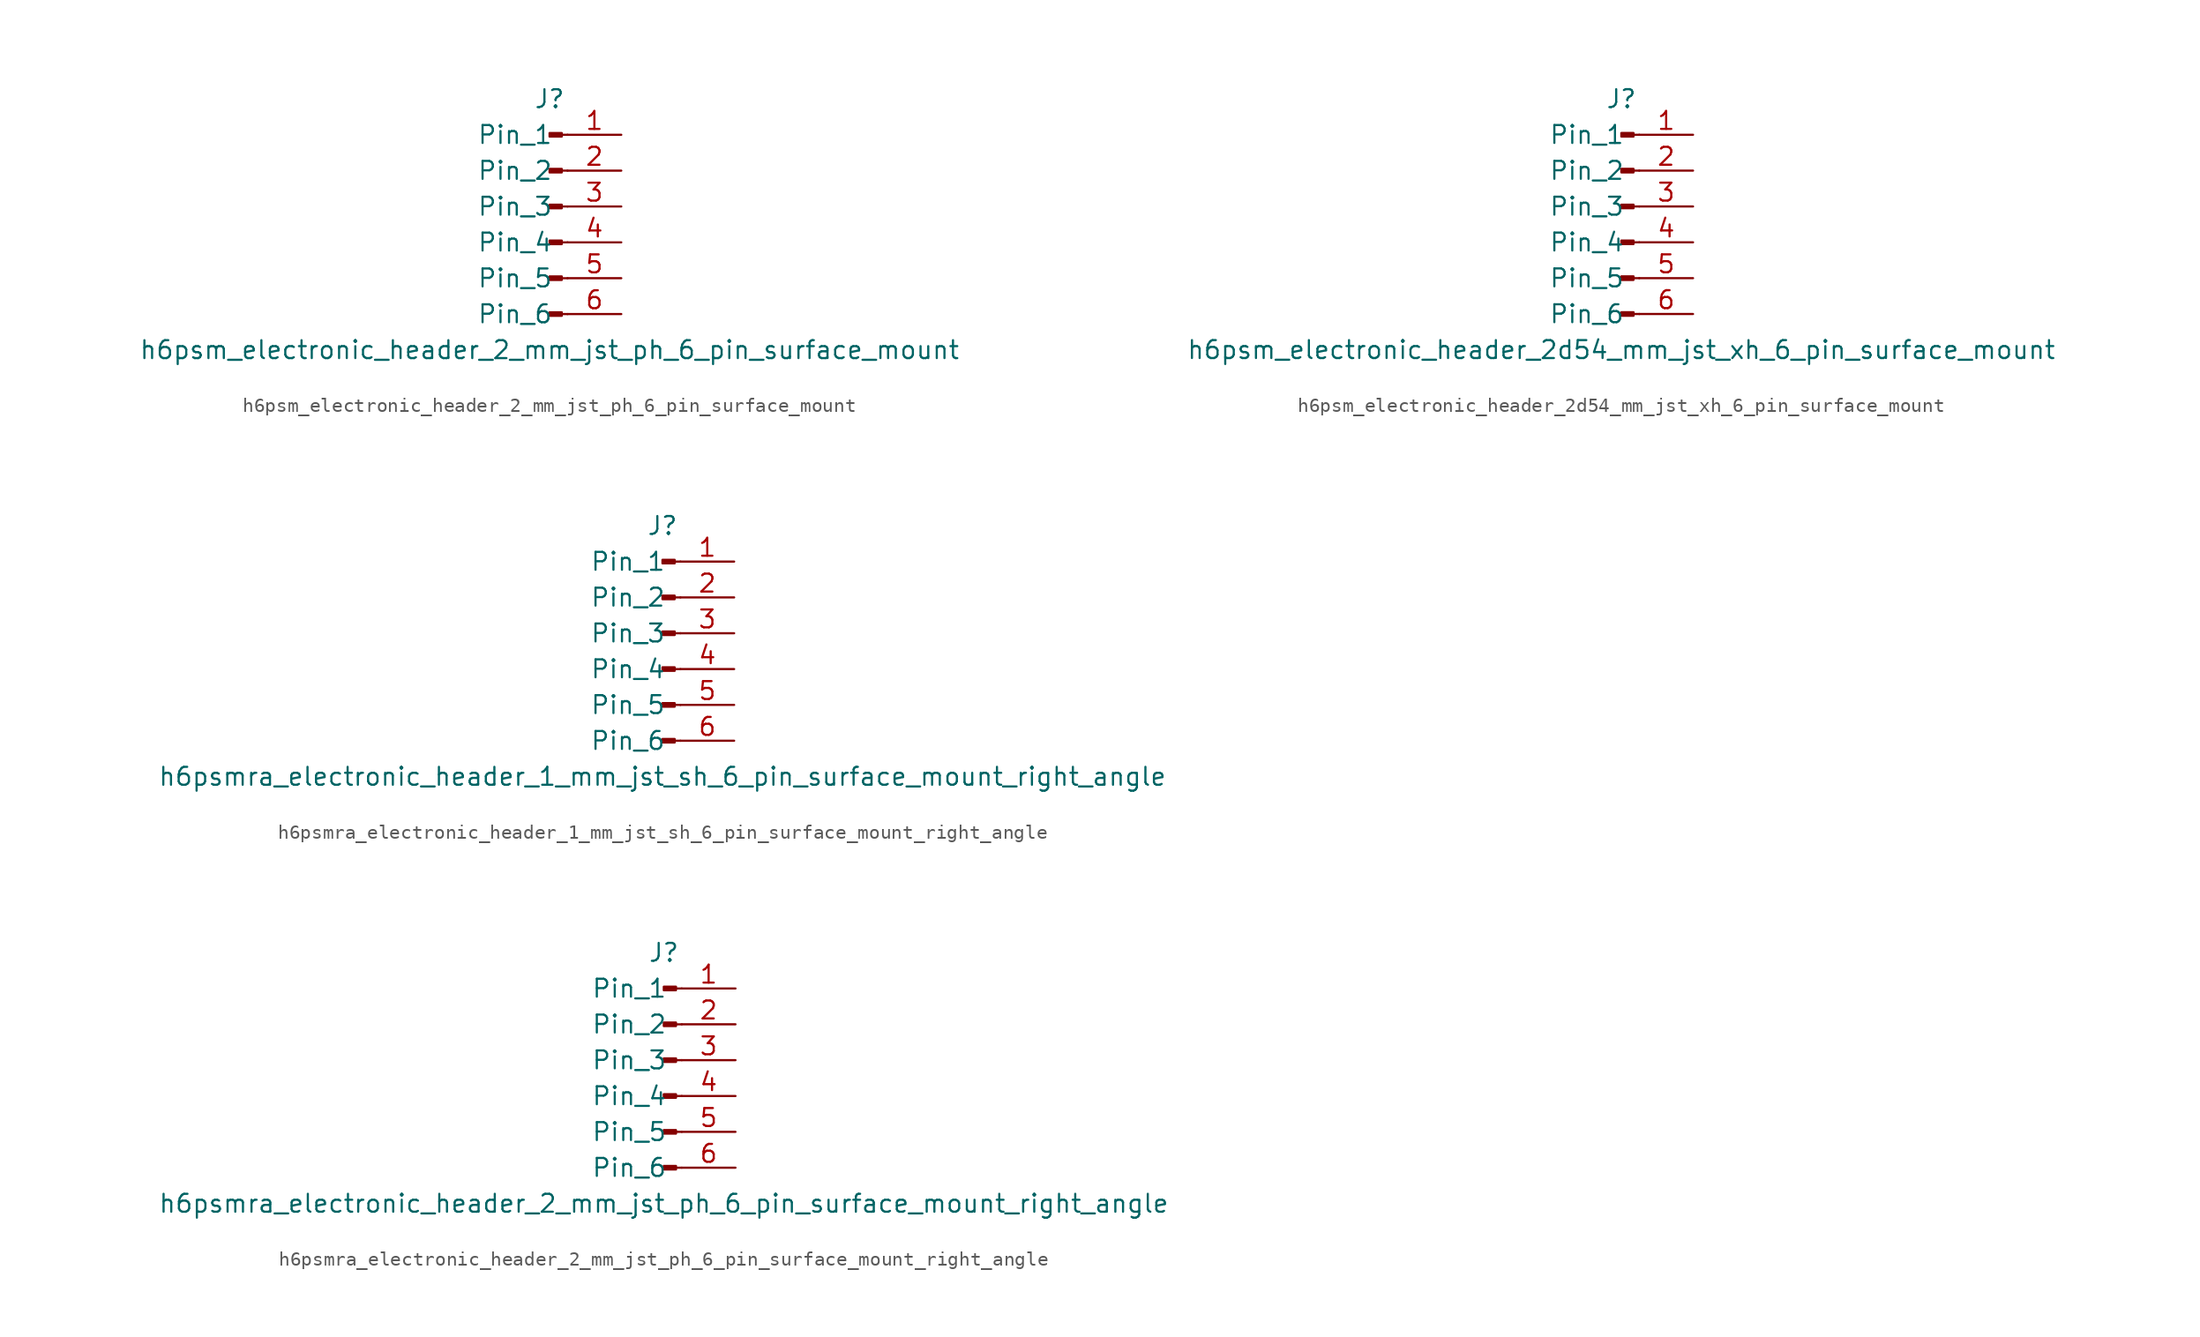
<source format=kicad_sym>
(kicad_symbol_lib
  (version 20220914)
  (generator kicad_symbol_editor)
  (symbol "h6psm_electronic_header_2_mm_jst_ph_6_pin_surface_mount"
    (pin_names
      (offset 1.016))
    (property "Reference" "J"
      (at 0 7.62 0)
      (effects (font (size 1.27 1.27))))
    (property "Value" "h6psm_electronic_header_2_mm_jst_ph_6_pin_surface_mount"
      (at 0 -10.16 0)
      (effects (font (size 1.27 1.27))))
    (property "ki_locked" ""
      (at 0 0 0)
      (effects (font (size 1.27 1.27))))
    (symbol "h6psm_electronic_header_2_mm_jst_ph_6_pin_surface_mount_1_1"
      (polyline (pts (xy 1.27 -7.62) (xy 0.864 -7.62)) (stroke (width 0.152) (type default)) (fill (type none)))
      (polyline (pts (xy 1.27 -5.08) (xy 0.864 -5.08)) (stroke (width 0.152) (type default)) (fill (type none)))
      (polyline (pts (xy 1.27 -2.54) (xy 0.864 -2.54)) (stroke (width 0.152) (type default)) (fill (type none)))
      (polyline (pts (xy 1.27 0) (xy 0.864 0)) (stroke (width 0.152) (type default)) (fill (type none)))
      (polyline (pts (xy 1.27 2.54) (xy 0.864 2.54)) (stroke (width 0.152) (type default)) (fill (type none)))
      (polyline (pts (xy 1.27 5.08) (xy 0.864 5.08)) (stroke (width 0.152) (type default)) (fill (type none)))
      (rectangle (start 0.864 -7.493) (end 0 -7.747) (stroke (width 0.152) (type default)) (fill (type outline)))
      (rectangle (start 0.864 -4.953) (end 0 -5.207) (stroke (width 0.152) (type default)) (fill (type outline)))
      (rectangle (start 0.864 -2.413) (end 0 -2.667) (stroke (width 0.152) (type default)) (fill (type outline)))
      (rectangle (start 0.864 0.127) (end 0 -0.127) (stroke (width 0.152) (type default)) (fill (type outline)))
      (rectangle (start 0.864 2.667) (end 0 2.413) (stroke (width 0.152) (type default)) (fill (type outline)))
      (rectangle (start 0.864 5.207) (end 0 4.953) (stroke (width 0.152) (type default)) (fill (type outline)))
      (pin passive line (at 5.08 5.08 180) (length 3.81) (name "Pin_1" (effects (font (size 1.27 1.27)))) (number "1" (effects (font (size 1.27 1.27)))))
      (pin passive line (at 5.08 2.54 180) (length 3.81) (name "Pin_2" (effects (font (size 1.27 1.27)))) (number "2" (effects (font (size 1.27 1.27)))))
      (pin passive line (at 5.08 0 180) (length 3.81) (name "Pin_3" (effects (font (size 1.27 1.27)))) (number "3" (effects (font (size 1.27 1.27)))))
      (pin passive line (at 5.08 -2.54 180) (length 3.81) (name "Pin_4" (effects (font (size 1.27 1.27)))) (number "4" (effects (font (size 1.27 1.27)))))
      (pin passive line (at 5.08 -5.08 180) (length 3.81) (name "Pin_5" (effects (font (size 1.27 1.27)))) (number "5" (effects (font (size 1.27 1.27)))))
      (pin passive line (at 5.08 -7.62 180) (length 3.81) (name "Pin_6" (effects (font (size 1.27 1.27)))) (number "6" (effects (font (size 1.27 1.27)))))))
  (symbol "h6psm_electronic_header_2d54_mm_jst_xh_6_pin_surface_mount"
    (pin_names
      (offset 1.016))
    (property "Reference" "J"
      (at 0 7.62 0)
      (effects (font (size 1.27 1.27))))
    (property "Value" "h6psm_electronic_header_2d54_mm_jst_xh_6_pin_surface_mount"
      (at 0 -10.16 0)
      (effects (font (size 1.27 1.27))))
    (property "ki_locked" ""
      (at 0 0 0)
      (effects (font (size 1.27 1.27))))
    (symbol "h6psm_electronic_header_2d54_mm_jst_xh_6_pin_surface_mount_1_1"
      (polyline (pts (xy 1.27 -7.62) (xy 0.864 -7.62)) (stroke (width 0.152) (type default)) (fill (type none)))
      (polyline (pts (xy 1.27 -5.08) (xy 0.864 -5.08)) (stroke (width 0.152) (type default)) (fill (type none)))
      (polyline (pts (xy 1.27 -2.54) (xy 0.864 -2.54)) (stroke (width 0.152) (type default)) (fill (type none)))
      (polyline (pts (xy 1.27 0) (xy 0.864 0)) (stroke (width 0.152) (type default)) (fill (type none)))
      (polyline (pts (xy 1.27 2.54) (xy 0.864 2.54)) (stroke (width 0.152) (type default)) (fill (type none)))
      (polyline (pts (xy 1.27 5.08) (xy 0.864 5.08)) (stroke (width 0.152) (type default)) (fill (type none)))
      (rectangle (start 0.864 -7.493) (end 0 -7.747) (stroke (width 0.152) (type default)) (fill (type outline)))
      (rectangle (start 0.864 -4.953) (end 0 -5.207) (stroke (width 0.152) (type default)) (fill (type outline)))
      (rectangle (start 0.864 -2.413) (end 0 -2.667) (stroke (width 0.152) (type default)) (fill (type outline)))
      (rectangle (start 0.864 0.127) (end 0 -0.127) (stroke (width 0.152) (type default)) (fill (type outline)))
      (rectangle (start 0.864 2.667) (end 0 2.413) (stroke (width 0.152) (type default)) (fill (type outline)))
      (rectangle (start 0.864 5.207) (end 0 4.953) (stroke (width 0.152) (type default)) (fill (type outline)))
      (pin passive line (at 5.08 5.08 180) (length 3.81) (name "Pin_1" (effects (font (size 1.27 1.27)))) (number "1" (effects (font (size 1.27 1.27)))))
      (pin passive line (at 5.08 2.54 180) (length 3.81) (name "Pin_2" (effects (font (size 1.27 1.27)))) (number "2" (effects (font (size 1.27 1.27)))))
      (pin passive line (at 5.08 0 180) (length 3.81) (name "Pin_3" (effects (font (size 1.27 1.27)))) (number "3" (effects (font (size 1.27 1.27)))))
      (pin passive line (at 5.08 -2.54 180) (length 3.81) (name "Pin_4" (effects (font (size 1.27 1.27)))) (number "4" (effects (font (size 1.27 1.27)))))
      (pin passive line (at 5.08 -5.08 180) (length 3.81) (name "Pin_5" (effects (font (size 1.27 1.27)))) (number "5" (effects (font (size 1.27 1.27)))))
      (pin passive line (at 5.08 -7.62 180) (length 3.81) (name "Pin_6" (effects (font (size 1.27 1.27)))) (number "6" (effects (font (size 1.27 1.27)))))))
  (symbol "h6psmra_electronic_header_1_mm_jst_sh_6_pin_surface_mount_right_angle"
    (pin_names
      (offset 1.016))
    (property "Reference" "J"
      (at 0 7.62 0)
      (effects (font (size 1.27 1.27))))
    (property "Value" "h6psmra_electronic_header_1_mm_jst_sh_6_pin_surface_mount_right_angle"
      (at 0 -10.16 0)
      (effects (font (size 1.27 1.27))))
    (property "ki_locked" ""
      (at 0 0 0)
      (effects (font (size 1.27 1.27))))
    (symbol "h6psmra_electronic_header_1_mm_jst_sh_6_pin_surface_mount_right_angle_1_1"
      (polyline (pts (xy 1.27 -7.62) (xy 0.864 -7.62)) (stroke (width 0.152) (type default)) (fill (type none)))
      (polyline (pts (xy 1.27 -5.08) (xy 0.864 -5.08)) (stroke (width 0.152) (type default)) (fill (type none)))
      (polyline (pts (xy 1.27 -2.54) (xy 0.864 -2.54)) (stroke (width 0.152) (type default)) (fill (type none)))
      (polyline (pts (xy 1.27 0) (xy 0.864 0)) (stroke (width 0.152) (type default)) (fill (type none)))
      (polyline (pts (xy 1.27 2.54) (xy 0.864 2.54)) (stroke (width 0.152) (type default)) (fill (type none)))
      (polyline (pts (xy 1.27 5.08) (xy 0.864 5.08)) (stroke (width 0.152) (type default)) (fill (type none)))
      (rectangle (start 0.864 -7.493) (end 0 -7.747) (stroke (width 0.152) (type default)) (fill (type outline)))
      (rectangle (start 0.864 -4.953) (end 0 -5.207) (stroke (width 0.152) (type default)) (fill (type outline)))
      (rectangle (start 0.864 -2.413) (end 0 -2.667) (stroke (width 0.152) (type default)) (fill (type outline)))
      (rectangle (start 0.864 0.127) (end 0 -0.127) (stroke (width 0.152) (type default)) (fill (type outline)))
      (rectangle (start 0.864 2.667) (end 0 2.413) (stroke (width 0.152) (type default)) (fill (type outline)))
      (rectangle (start 0.864 5.207) (end 0 4.953) (stroke (width 0.152) (type default)) (fill (type outline)))
      (pin passive line (at 5.08 5.08 180) (length 3.81) (name "Pin_1" (effects (font (size 1.27 1.27)))) (number "1" (effects (font (size 1.27 1.27)))))
      (pin passive line (at 5.08 2.54 180) (length 3.81) (name "Pin_2" (effects (font (size 1.27 1.27)))) (number "2" (effects (font (size 1.27 1.27)))))
      (pin passive line (at 5.08 0 180) (length 3.81) (name "Pin_3" (effects (font (size 1.27 1.27)))) (number "3" (effects (font (size 1.27 1.27)))))
      (pin passive line (at 5.08 -2.54 180) (length 3.81) (name "Pin_4" (effects (font (size 1.27 1.27)))) (number "4" (effects (font (size 1.27 1.27)))))
      (pin passive line (at 5.08 -5.08 180) (length 3.81) (name "Pin_5" (effects (font (size 1.27 1.27)))) (number "5" (effects (font (size 1.27 1.27)))))
      (pin passive line (at 5.08 -7.62 180) (length 3.81) (name "Pin_6" (effects (font (size 1.27 1.27)))) (number "6" (effects (font (size 1.27 1.27)))))))
  (symbol "h6psmra_electronic_header_2_mm_jst_ph_6_pin_surface_mount_right_angle"
    (pin_names
      (offset 1.016))
    (property "Reference" "J"
      (at 0 7.62 0)
      (effects (font (size 1.27 1.27))))
    (property "Value" "h6psmra_electronic_header_2_mm_jst_ph_6_pin_surface_mount_right_angle"
      (at 0 -10.16 0)
      (effects (font (size 1.27 1.27))))
    (property "ki_locked" ""
      (at 0 0 0)
      (effects (font (size 1.27 1.27))))
    (symbol "h6psmra_electronic_header_2_mm_jst_ph_6_pin_surface_mount_right_angle_1_1"
      (polyline (pts (xy 1.27 -7.62) (xy 0.864 -7.62)) (stroke (width 0.152) (type default)) (fill (type none)))
      (polyline (pts (xy 1.27 -5.08) (xy 0.864 -5.08)) (stroke (width 0.152) (type default)) (fill (type none)))
      (polyline (pts (xy 1.27 -2.54) (xy 0.864 -2.54)) (stroke (width 0.152) (type default)) (fill (type none)))
      (polyline (pts (xy 1.27 0) (xy 0.864 0)) (stroke (width 0.152) (type default)) (fill (type none)))
      (polyline (pts (xy 1.27 2.54) (xy 0.864 2.54)) (stroke (width 0.152) (type default)) (fill (type none)))
      (polyline (pts (xy 1.27 5.08) (xy 0.864 5.08)) (stroke (width 0.152) (type default)) (fill (type none)))
      (rectangle (start 0.864 -7.493) (end 0 -7.747) (stroke (width 0.152) (type default)) (fill (type outline)))
      (rectangle (start 0.864 -4.953) (end 0 -5.207) (stroke (width 0.152) (type default)) (fill (type outline)))
      (rectangle (start 0.864 -2.413) (end 0 -2.667) (stroke (width 0.152) (type default)) (fill (type outline)))
      (rectangle (start 0.864 0.127) (end 0 -0.127) (stroke (width 0.152) (type default)) (fill (type outline)))
      (rectangle (start 0.864 2.667) (end 0 2.413) (stroke (width 0.152) (type default)) (fill (type outline)))
      (rectangle (start 0.864 5.207) (end 0 4.953) (stroke (width 0.152) (type default)) (fill (type outline)))
      (pin passive line (at 5.08 5.08 180) (length 3.81) (name "Pin_1" (effects (font (size 1.27 1.27)))) (number "1" (effects (font (size 1.27 1.27)))))
      (pin passive line (at 5.08 2.54 180) (length 3.81) (name "Pin_2" (effects (font (size 1.27 1.27)))) (number "2" (effects (font (size 1.27 1.27)))))
      (pin passive line (at 5.08 0 180) (length 3.81) (name "Pin_3" (effects (font (size 1.27 1.27)))) (number "3" (effects (font (size 1.27 1.27)))))
      (pin passive line (at 5.08 -2.54 180) (length 3.81) (name "Pin_4" (effects (font (size 1.27 1.27)))) (number "4" (effects (font (size 1.27 1.27)))))
      (pin passive line (at 5.08 -5.08 180) (length 3.81) (name "Pin_5" (effects (font (size 1.27 1.27)))) (number "5" (effects (font (size 1.27 1.27)))))
      (pin passive line (at 5.08 -7.62 180) (length 3.81) (name "Pin_6" (effects (font (size 1.27 1.27)))) (number "6" (effects (font (size 1.27 1.27))))))))
</source>
